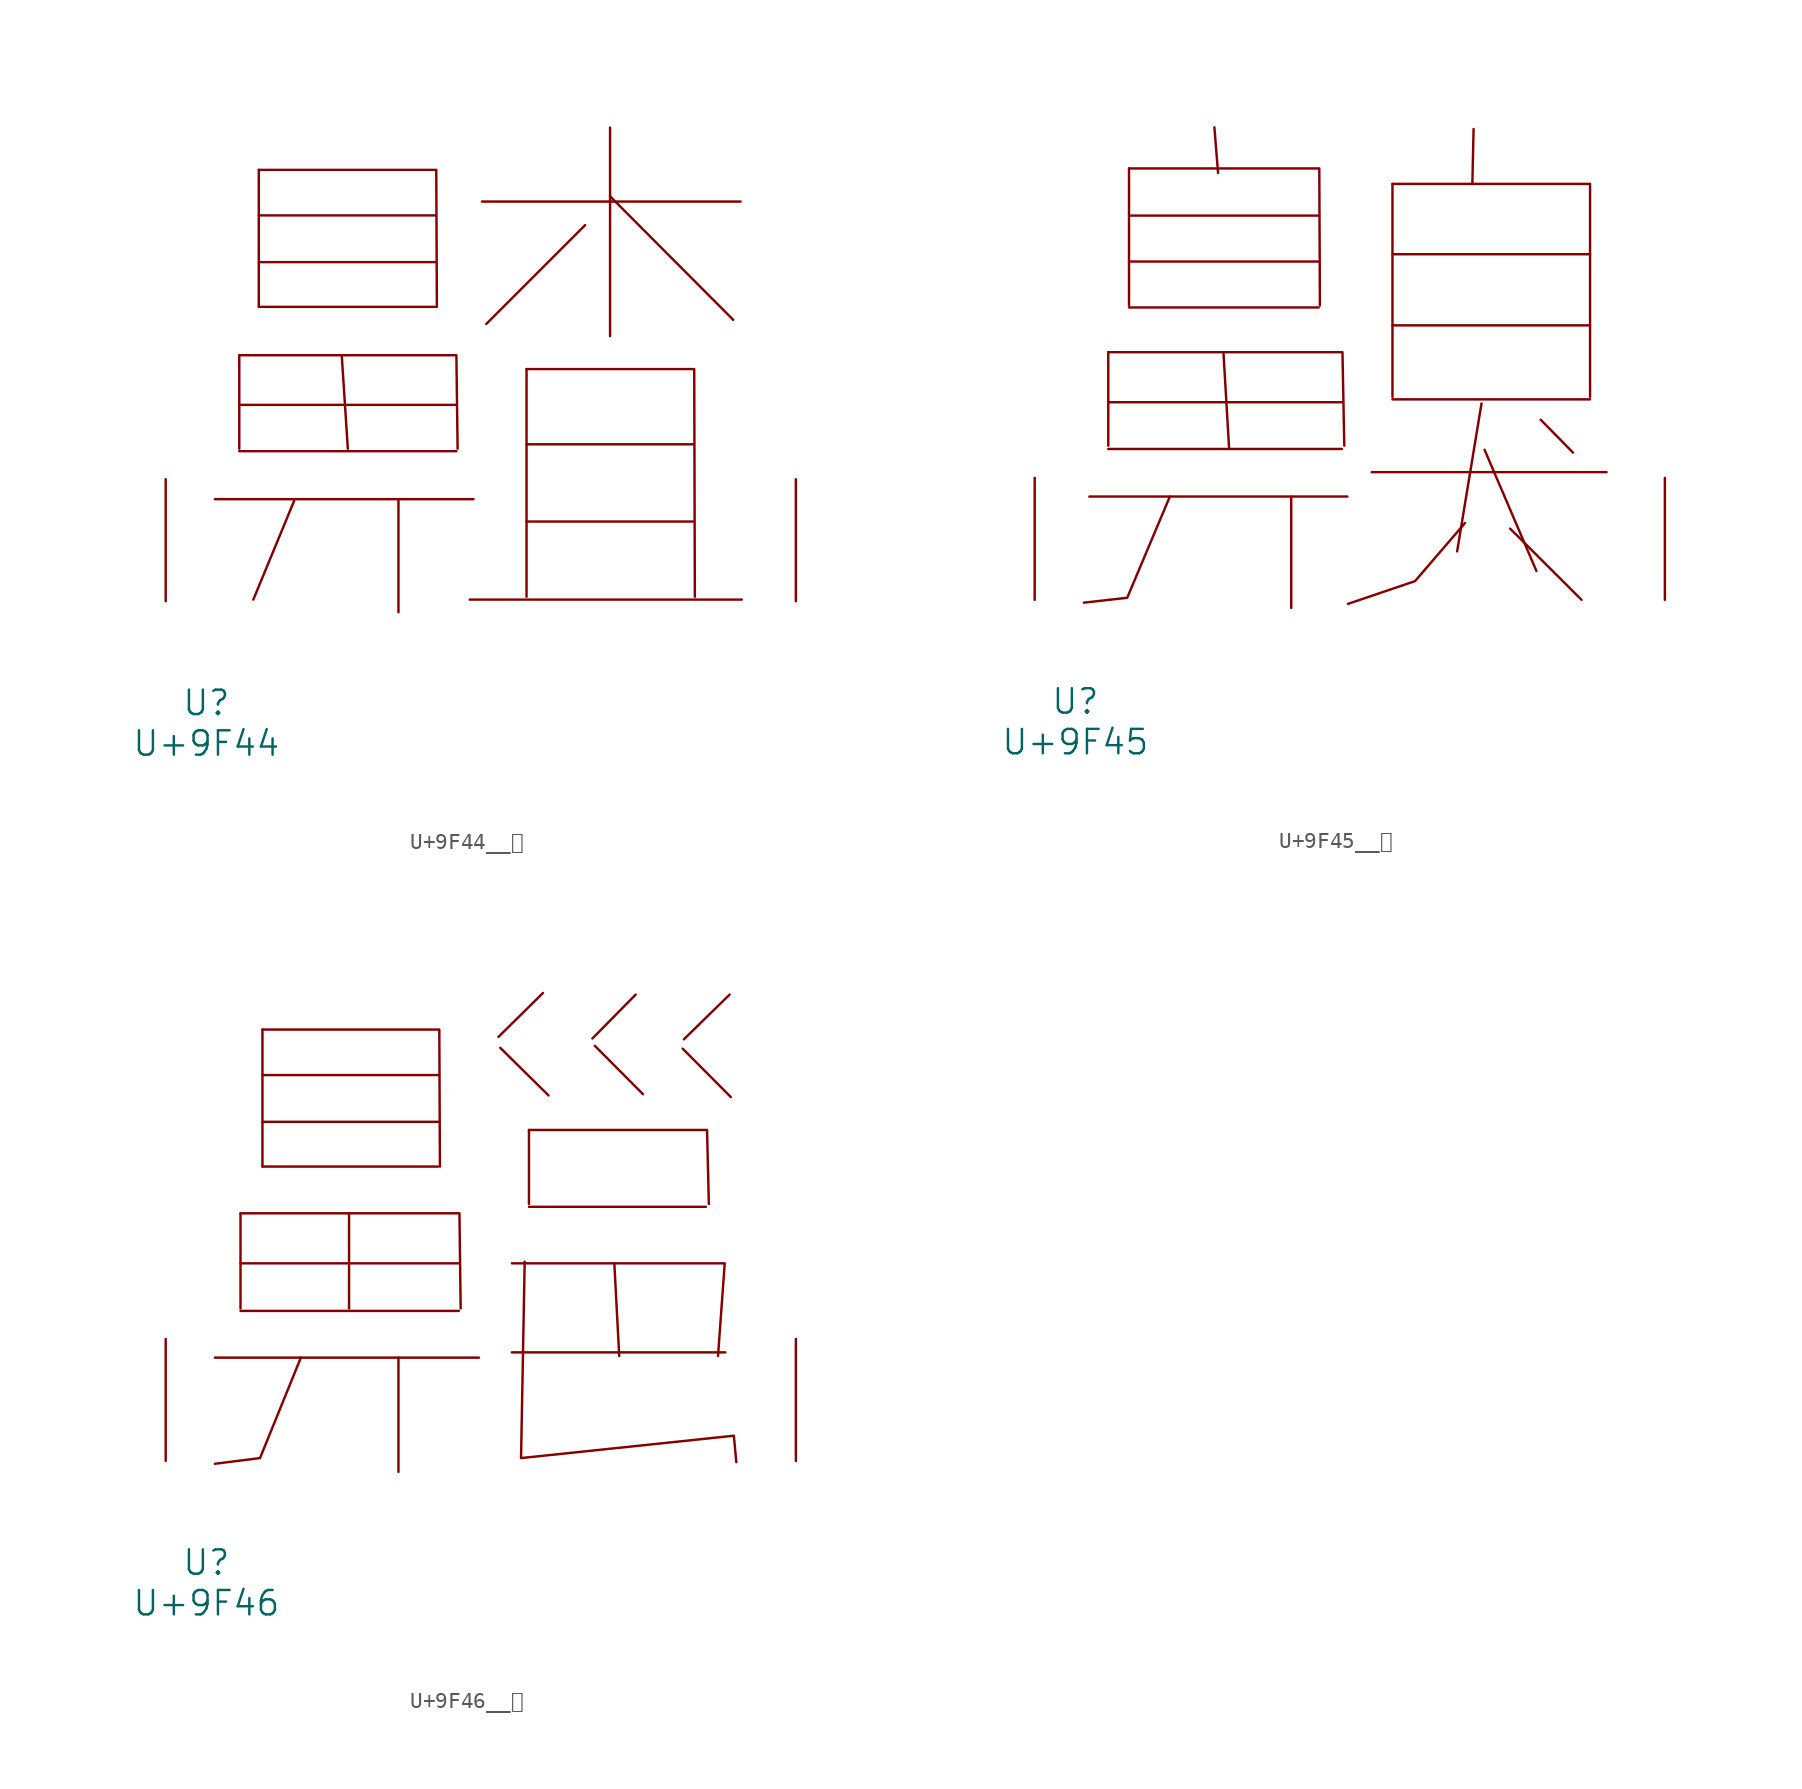
<source format=kicad_sym>
(kicad_symbol_lib
  (version 20231120)
  (generator "kicad_symbol_editor")
  (generator_version "8.0")
  (symbol "U+9F44__齄"
    (pin_names
      (offset 1.016))
    (property "Reference" "U"
      (at 0 -6.35 0)
      (effects (font (size 1.524 1.524))))
    (property "Value" "U+9F44"
      (at 0 -8.89 0)
      (effects (font (size 1.524 1.524))))
    (symbol "U+9F44__齄_0_1"
      (polyline (pts (xy 0.533 6.375) (xy 16.688 6.375)) (stroke (width 0) (type solid)) (fill (type none)))
      (polyline (pts (xy 2.057 9.373) (xy 15.621 9.373)) (stroke (width 0) (type solid)) (fill (type none)))
      (polyline (pts (xy 2.057 12.268) (xy 15.621 12.268)) (stroke (width 0) (type solid)) (fill (type none)))
      (polyline (pts (xy 2.057 15.367) (xy 2.057 9.525)) (stroke (width 0) (type solid)) (fill (type none)))
      (polyline (pts (xy 3.277 18.39) (xy 14.287 18.39)) (stroke (width 0) (type solid)) (fill (type none)))
      (polyline (pts (xy 3.277 21.184) (xy 14.287 21.184)) (stroke (width 0) (type solid)) (fill (type none)))
      (polyline (pts (xy 3.277 24.105) (xy 14.287 24.105)) (stroke (width 0) (type solid)) (fill (type none)))
      (polyline (pts (xy 3.277 26.949) (xy 3.277 18.39)) (stroke (width 0) (type solid)) (fill (type none)))
      (polyline (pts (xy 5.486 6.274) (xy 2.934 0.102)) (stroke (width 0) (type solid)) (fill (type none)))
      (polyline (pts (xy 8.458 15.367) (xy 8.839 9.525)) (stroke (width 0) (type solid)) (fill (type none)))
      (polyline (pts (xy 12.002 6.375) (xy 12.002 -0.686)) (stroke (width 0) (type solid)) (fill (type none)))
      (polyline (pts (xy 16.459 0.102) (xy 33.452 0.102)) (stroke (width 0) (type solid)) (fill (type none)))
      (polyline (pts (xy 17.221 24.968) (xy 33.376 24.968)) (stroke (width 0) (type solid)) (fill (type none)))
      (polyline (pts (xy 20.003 4.978) (xy 30.404 4.978)) (stroke (width 0) (type solid)) (fill (type none)))
      (polyline (pts (xy 20.003 9.804) (xy 30.404 9.804)) (stroke (width 0) (type solid)) (fill (type none)))
      (polyline (pts (xy 20.003 14.503) (xy 20.003 0.279)) (stroke (width 0) (type solid)) (fill (type none)))
      (polyline (pts (xy 23.66 23.495) (xy 17.488 17.323)) (stroke (width 0) (type solid)) (fill (type none)))
      (polyline (pts (xy 25.222 25.298) (xy 32.918 17.577)) (stroke (width 0) (type solid)) (fill (type none)))
      (polyline (pts (xy 25.222 29.591) (xy 25.222 16.561)) (stroke (width 0) (type solid)) (fill (type none)))
      (polyline (pts (xy 2.057 15.367) (xy 15.621 15.367) (xy 15.697 9.525)) (stroke (width 0) (type solid)) (fill (type none)))
      (polyline (pts (xy 3.277 26.949) (xy 14.364 26.949) (xy 14.402 18.39)) (stroke (width 0) (type solid)) (fill (type none)))
      (polyline (pts (xy 20.003 14.503) (xy 30.48 14.503) (xy 30.518 0.279)) (stroke (width 0) (type solid)) (fill (type none)))
      (pin input line (at -2.54 0 90) (length 7.62) (name "~" (effects (font (size 1.27 1.27)))) (number "~" (effects (font (size 1.27 1.27)))))
      (pin input line (at 36.83 0 90) (length 7.62) (name "~" (effects (font (size 1.27 1.27)))) (number "~" (effects (font (size 1.27 1.27)))))))
  (symbol "U+9F45__齅"
    (pin_names
      (offset 1.016))
    (property "Reference" "U"
      (at 0 -6.35 0)
      (effects (font (size 1.524 1.524))))
    (property "Value" "U+9F45"
      (at 0 -8.89 0)
      (effects (font (size 1.524 1.524))))
    (symbol "U+9F45__齅_0_1"
      (polyline (pts (xy 0.876 6.452) (xy 16.993 6.452)) (stroke (width 0) (type solid)) (fill (type none)))
      (polyline (pts (xy 2.057 9.423) (xy 16.65 9.423)) (stroke (width 0) (type solid)) (fill (type none)))
      (polyline (pts (xy 2.057 12.344) (xy 16.65 12.344)) (stroke (width 0) (type solid)) (fill (type none)))
      (polyline (pts (xy 2.057 15.469) (xy 2.057 9.627)) (stroke (width 0) (type solid)) (fill (type none)))
      (polyline (pts (xy 3.353 18.263) (xy 15.202 18.263)) (stroke (width 0) (type solid)) (fill (type none)))
      (polyline (pts (xy 3.353 21.133) (xy 15.202 21.133)) (stroke (width 0) (type solid)) (fill (type none)))
      (polyline (pts (xy 3.353 24.003) (xy 15.202 24.003)) (stroke (width 0) (type solid)) (fill (type none)))
      (polyline (pts (xy 3.353 26.949) (xy 3.353 18.39)) (stroke (width 0) (type solid)) (fill (type none)))
      (polyline (pts (xy 8.687 29.515) (xy 8.915 26.67)) (stroke (width 0) (type solid)) (fill (type none)))
      (polyline (pts (xy 9.258 15.367) (xy 9.601 9.525)) (stroke (width 0) (type solid)) (fill (type none)))
      (polyline (pts (xy 13.487 6.452) (xy 13.487 -0.508)) (stroke (width 0) (type solid)) (fill (type none)))
      (polyline (pts (xy 18.517 7.976) (xy 33.185 7.976)) (stroke (width 0) (type solid)) (fill (type none)))
      (polyline (pts (xy 19.812 12.522) (xy 32.156 12.522)) (stroke (width 0) (type solid)) (fill (type none)))
      (polyline (pts (xy 19.812 17.145) (xy 32.156 17.145)) (stroke (width 0) (type solid)) (fill (type none)))
      (polyline (pts (xy 19.812 21.59) (xy 32.156 21.59)) (stroke (width 0) (type solid)) (fill (type none)))
      (polyline (pts (xy 19.812 25.984) (xy 19.812 12.675)) (stroke (width 0) (type solid)) (fill (type none)))
      (polyline (pts (xy 24.879 29.413) (xy 24.803 25.984)) (stroke (width 0) (type solid)) (fill (type none)))
      (polyline (pts (xy 25.375 12.268) (xy 23.851 3.023)) (stroke (width 0) (type solid)) (fill (type none)))
      (polyline (pts (xy 25.565 9.373) (xy 28.804 1.803)) (stroke (width 0) (type solid)) (fill (type none)))
      (polyline (pts (xy 27.165 4.445) (xy 31.623 0)) (stroke (width 0) (type solid)) (fill (type none)))
      (polyline (pts (xy 29.07 11.252) (xy 31.09 9.195)) (stroke (width 0) (type solid)) (fill (type none)))
      (polyline (pts (xy 2.057 15.469) (xy 16.688 15.469) (xy 16.802 9.627)) (stroke (width 0) (type solid)) (fill (type none)))
      (polyline (pts (xy 3.353 26.949) (xy 15.24 26.949) (xy 15.278 18.39)) (stroke (width 0) (type solid)) (fill (type none)))
      (polyline (pts (xy 5.905 6.452) (xy 3.239 0.127) (xy 0.533 -0.178)) (stroke (width 0) (type solid)) (fill (type none)))
      (polyline (pts (xy 19.812 25.984) (xy 32.156 25.984) (xy 32.156 12.675)) (stroke (width 0) (type solid)) (fill (type none)))
      (polyline (pts (xy 24.346 4.801) (xy 21.222 1.168) (xy 17.031 -0.254)) (stroke (width 0) (type solid)) (fill (type none)))
      (pin input line (at -2.54 0 90) (length 7.62) (name "~" (effects (font (size 1.27 1.27)))) (number "~" (effects (font (size 1.27 1.27)))))
      (pin input line (at 36.83 0 90) (length 7.62) (name "~" (effects (font (size 1.27 1.27)))) (number "~" (effects (font (size 1.27 1.27)))))))
  (symbol "U+9F46__齆"
    (pin_names
      (offset 1.016))
    (property "Reference" "U"
      (at 0 -6.35 0)
      (effects (font (size 1.524 1.524))))
    (property "Value" "U+9F46"
      (at 0 -8.89 0)
      (effects (font (size 1.524 1.524))))
    (symbol "U+9F46__齆_0_1"
      (polyline (pts (xy 0.533 6.452) (xy 17.031 6.452)) (stroke (width 0) (type solid)) (fill (type none)))
      (polyline (pts (xy 2.134 9.373) (xy 15.773 9.373)) (stroke (width 0) (type solid)) (fill (type none)))
      (polyline (pts (xy 2.134 12.344) (xy 15.773 12.344)) (stroke (width 0) (type solid)) (fill (type none)))
      (polyline (pts (xy 2.134 15.469) (xy 2.134 9.525)) (stroke (width 0) (type solid)) (fill (type none)))
      (polyline (pts (xy 3.505 18.39) (xy 14.478 18.39)) (stroke (width 0) (type solid)) (fill (type none)))
      (polyline (pts (xy 3.505 21.184) (xy 14.478 21.184)) (stroke (width 0) (type solid)) (fill (type none)))
      (polyline (pts (xy 3.505 24.105) (xy 14.478 24.105)) (stroke (width 0) (type solid)) (fill (type none)))
      (polyline (pts (xy 3.505 26.949) (xy 3.505 18.39)) (stroke (width 0) (type solid)) (fill (type none)))
      (polyline (pts (xy 8.915 15.469) (xy 8.915 9.525)) (stroke (width 0) (type solid)) (fill (type none)))
      (polyline (pts (xy 12.002 6.452) (xy 12.002 -0.686)) (stroke (width 0) (type solid)) (fill (type none)))
      (polyline (pts (xy 18.364 25.806) (xy 21.374 22.835)) (stroke (width 0) (type solid)) (fill (type none)))
      (polyline (pts (xy 19.088 6.782) (xy 32.423 6.782)) (stroke (width 0) (type solid)) (fill (type none)))
      (polyline (pts (xy 20.155 15.875) (xy 31.204 15.875)) (stroke (width 0) (type solid)) (fill (type none)))
      (polyline (pts (xy 20.155 20.676) (xy 20.155 16.053)) (stroke (width 0) (type solid)) (fill (type none)))
      (polyline (pts (xy 21.031 29.235) (xy 18.25 26.492)) (stroke (width 0) (type solid)) (fill (type none)))
      (polyline (pts (xy 24.27 25.933) (xy 27.28 22.911)) (stroke (width 0) (type solid)) (fill (type none)))
      (polyline (pts (xy 25.489 12.344) (xy 25.794 6.553)) (stroke (width 0) (type solid)) (fill (type none)))
      (polyline (pts (xy 26.822 29.134) (xy 24.117 26.391)) (stroke (width 0) (type solid)) (fill (type none)))
      (polyline (pts (xy 29.756 25.756) (xy 32.766 22.733)) (stroke (width 0) (type solid)) (fill (type none)))
      (polyline (pts (xy 32.69 29.134) (xy 29.832 26.34)) (stroke (width 0) (type solid)) (fill (type none)))
      (polyline (pts (xy 2.134 15.469) (xy 15.812 15.469) (xy 15.888 9.525)) (stroke (width 0) (type solid)) (fill (type none)))
      (polyline (pts (xy 3.505 26.949) (xy 14.554 26.949) (xy 14.592 18.39)) (stroke (width 0) (type solid)) (fill (type none)))
      (polyline (pts (xy 5.905 6.452) (xy 3.353 0.178) (xy 0.533 -0.178)) (stroke (width 0) (type solid)) (fill (type none)))
      (polyline (pts (xy 19.088 12.344) (xy 32.385 12.344) (xy 31.966 6.553)) (stroke (width 0) (type solid)) (fill (type none)))
      (polyline (pts (xy 20.155 20.676) (xy 31.28 20.676) (xy 31.394 16.053)) (stroke (width 0) (type solid)) (fill (type none)))
      (polyline (pts (xy 19.888 12.446) (xy 19.66 0.178) (xy 32.956 1.575) (xy 33.109 -0.076)) (stroke (width 0) (type solid)) (fill (type none)))
      (pin input line (at -2.54 0 90) (length 7.62) (name "~" (effects (font (size 1.27 1.27)))) (number "~" (effects (font (size 1.27 1.27)))))
      (pin input line (at 36.83 0 90) (length 7.62) (name "~" (effects (font (size 1.27 1.27)))) (number "~" (effects (font (size 1.27 1.27))))))))
</source>
